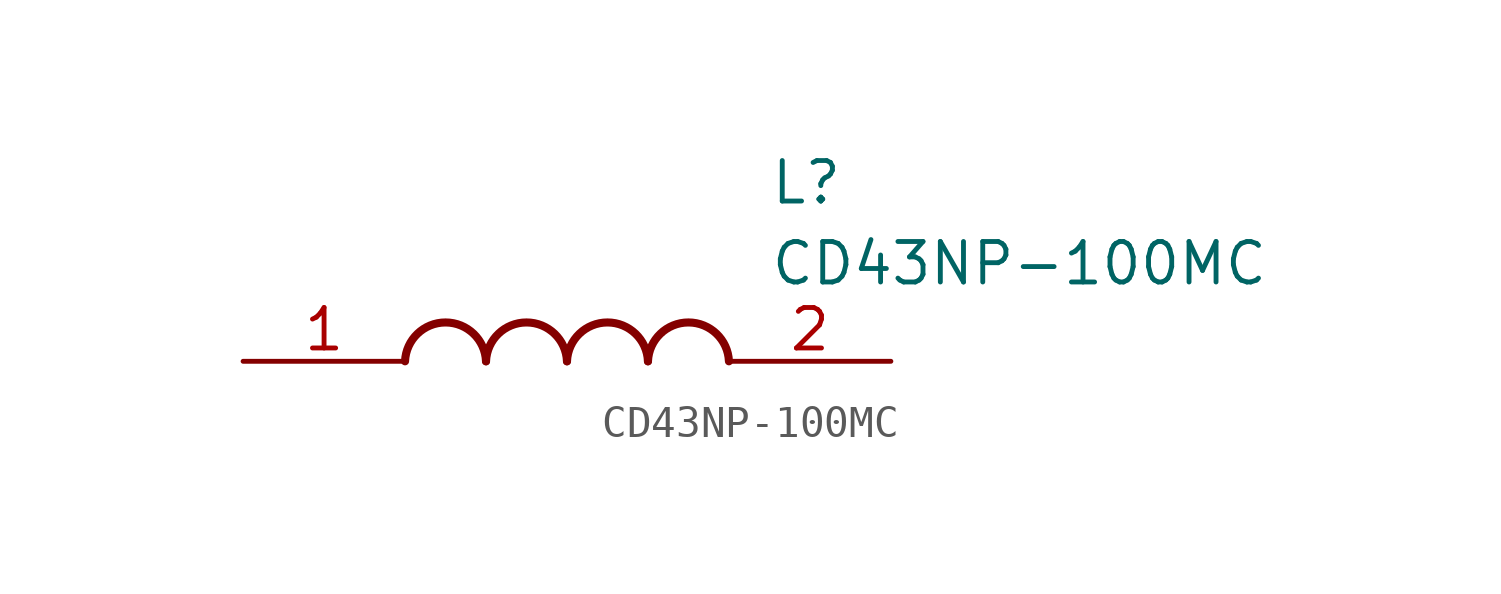
<source format=kicad_sym>
(kicad_symbol_lib
  (version 20241209)
  (generator "kicad_symbol_editor")
  (generator_version "9.0")
  (symbol "CD43NP-100MC"
    (pin_names
      (hide yes))
    (property "Reference" "L"
      (at 16.51 6.35 0)
      (effects (font (size 1.27 1.27)) (justify left top)))
    (property "Value" "CD43NP-100MC"
      (at 16.51 3.81 0)
      (effects (font (size 1.27 1.27)) (justify left top)))
    (symbol "CD43NP-100MC_1_1"
      (arc (start 5.08 0) (mid 6.35 1.219) (end 7.62 0) (stroke (width 0.254) (type default)) (fill (type none)))
      (arc (start 7.62 0) (mid 8.89 1.219) (end 10.16 0) (stroke (width 0.254) (type default)) (fill (type none)))
      (arc (start 10.16 0) (mid 11.43 1.219) (end 12.7 0) (stroke (width 0.254) (type default)) (fill (type none)))
      (arc (start 12.7 0) (mid 13.97 1.219) (end 15.24 0) (stroke (width 0.254) (type default)) (fill (type none)))
      (pin passive line (at 0 0 0) (length 5.08) (name "1" (effects (font (size 1.27 1.27)))) (number "1" (effects (font (size 1.27 1.27)))))
      (pin passive line (at 20.32 0 180) (length 5.08) (name "2" (effects (font (size 1.27 1.27)))) (number "2" (effects (font (size 1.27 1.27))))))))
</source>
